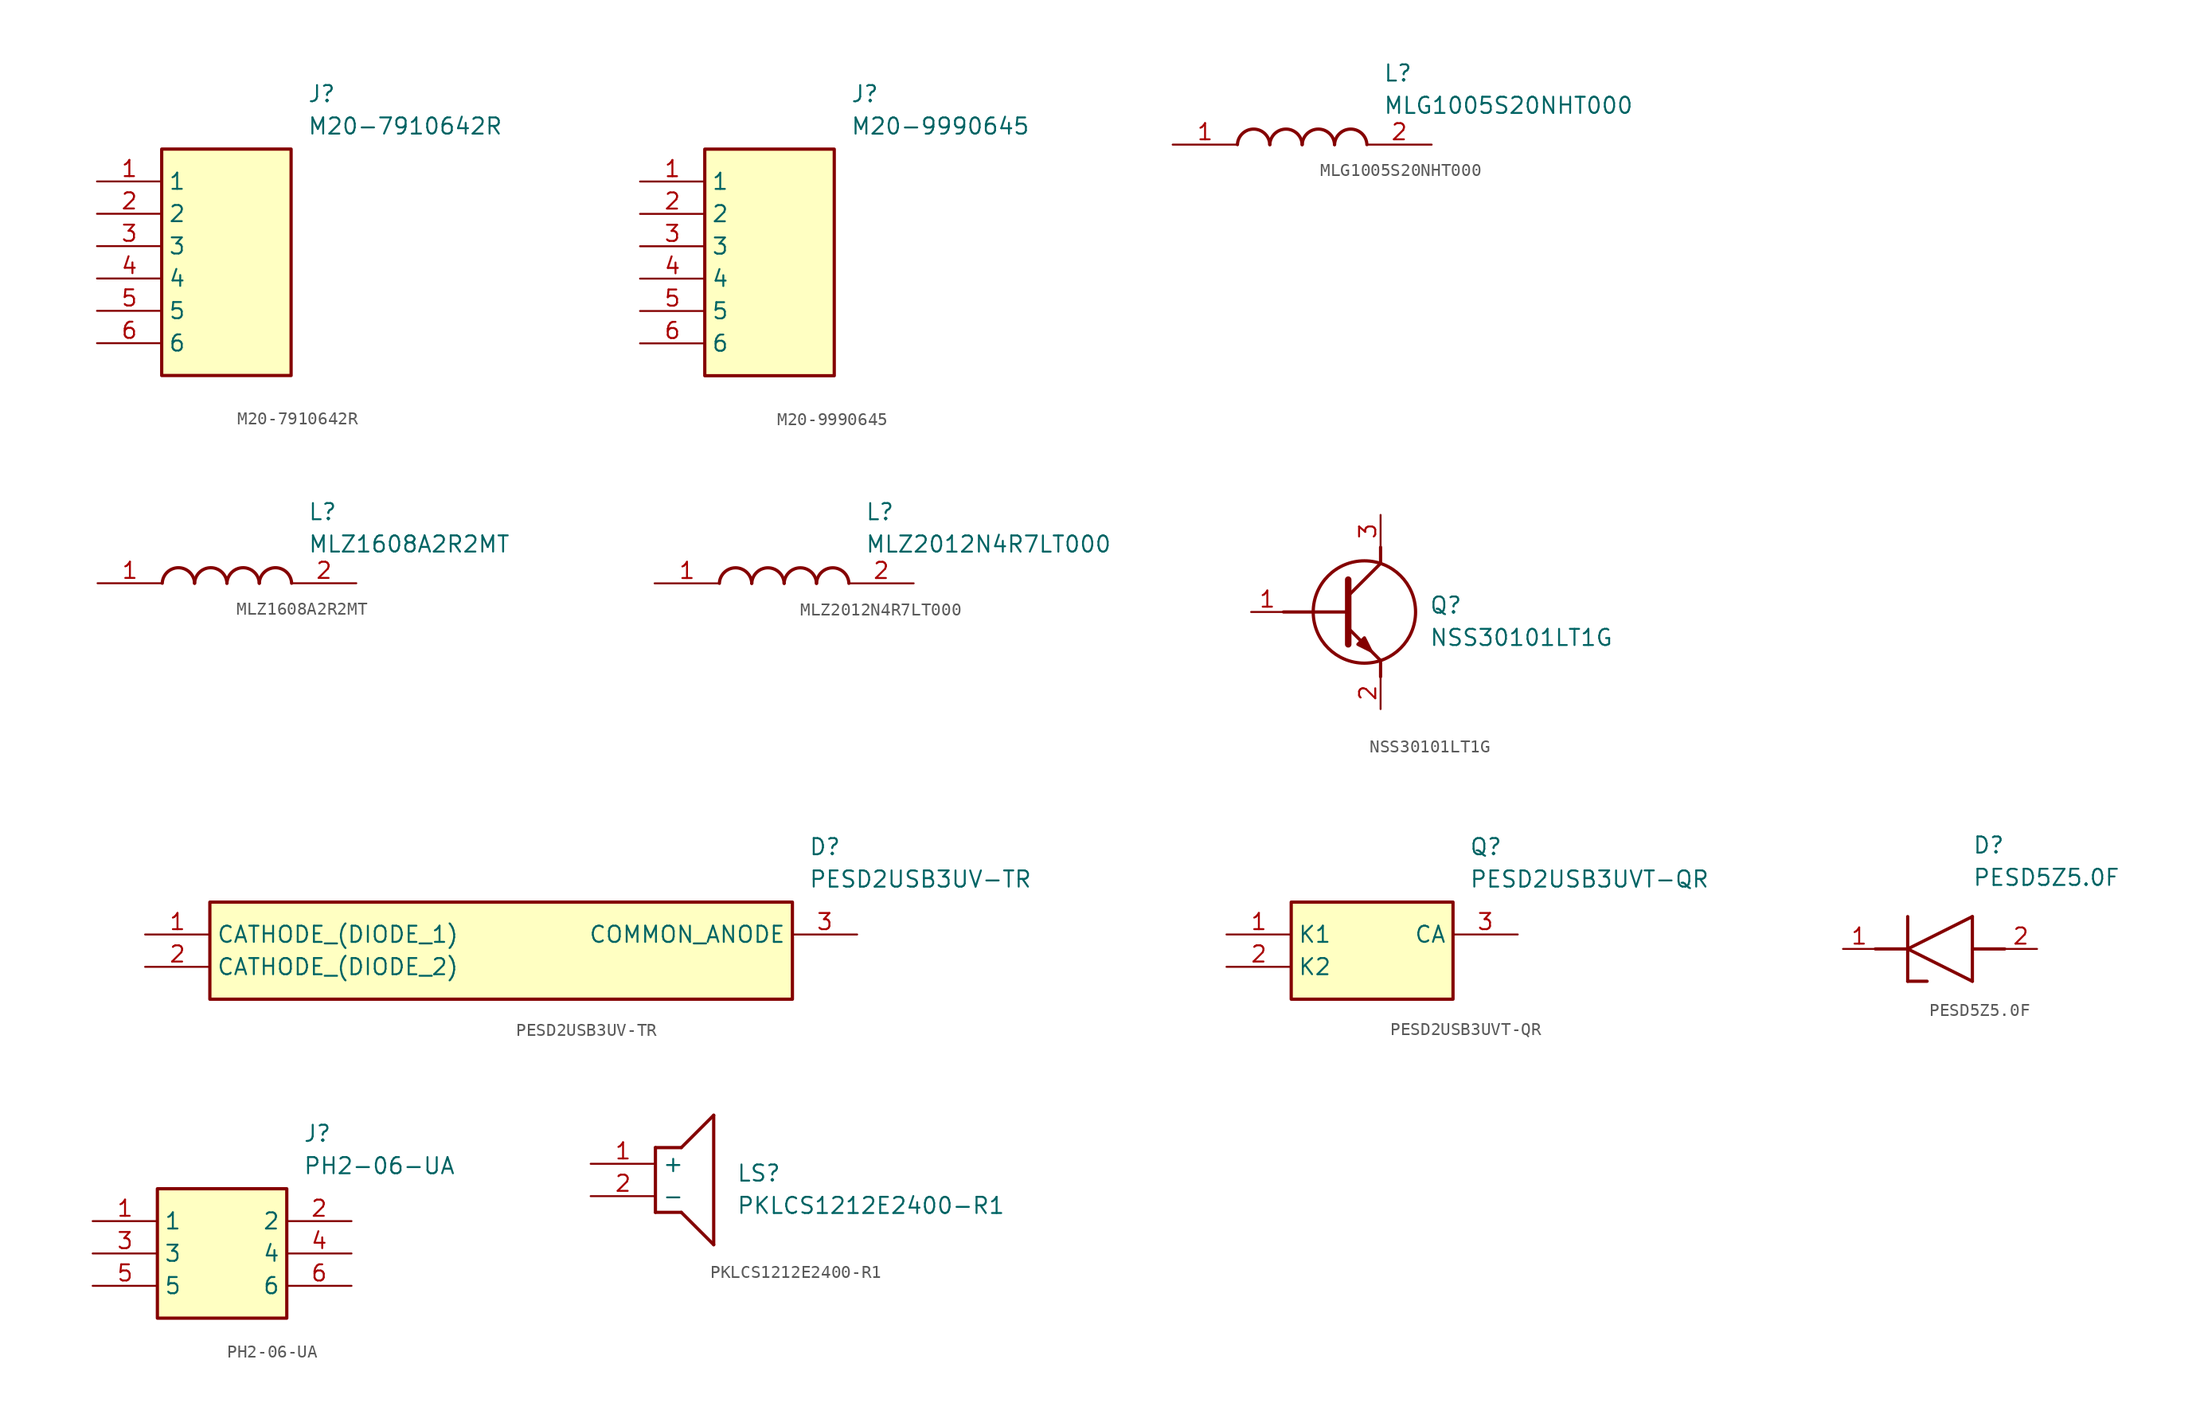
<source format=kicad_sym>
(kicad_symbol_lib
  (version 20231120)
  (generator "kicad_symbol_editor")
  (generator_version "8.0")
  (symbol "M20-7910642R"
    (property "Reference" "J"
      (at 16.51 7.62 0)
      (effects (font (size 1.27 1.27)) (justify left top)))
    (property "Value" "M20-7910642R"
      (at 16.51 5.08 0)
      (effects (font (size 1.27 1.27)) (justify left top)))
    (symbol "M20-7910642R_1_1"
      (rectangle (start 5.08 2.54) (end 15.24 -15.24) (stroke (width 0.254) (type default)) (fill (type background)))
      (pin passive line (at 0 0 0) (length 5.08) (name "1" (effects (font (size 1.27 1.27)))) (number "1" (effects (font (size 1.27 1.27)))))
      (pin passive line (at 0 -2.54 0) (length 5.08) (name "2" (effects (font (size 1.27 1.27)))) (number "2" (effects (font (size 1.27 1.27)))))
      (pin passive line (at 0 -5.08 0) (length 5.08) (name "3" (effects (font (size 1.27 1.27)))) (number "3" (effects (font (size 1.27 1.27)))))
      (pin passive line (at 0 -7.62 0) (length 5.08) (name "4" (effects (font (size 1.27 1.27)))) (number "4" (effects (font (size 1.27 1.27)))))
      (pin passive line (at 0 -10.16 0) (length 5.08) (name "5" (effects (font (size 1.27 1.27)))) (number "5" (effects (font (size 1.27 1.27)))))
      (pin passive line (at 0 -12.7 0) (length 5.08) (name "6" (effects (font (size 1.27 1.27)))) (number "6" (effects (font (size 1.27 1.27)))))))
  (symbol "M20-9990645"
    (property "Reference" "J"
      (at 16.51 7.62 0)
      (effects (font (size 1.27 1.27)) (justify left top)))
    (property "Value" "M20-9990645"
      (at 16.51 5.08 0)
      (effects (font (size 1.27 1.27)) (justify left top)))
    (symbol "M20-9990645_1_1"
      (rectangle (start 5.08 2.54) (end 15.24 -15.24) (stroke (width 0.254) (type default)) (fill (type background)))
      (pin passive line (at 0 0 0) (length 5.08) (name "1" (effects (font (size 1.27 1.27)))) (number "1" (effects (font (size 1.27 1.27)))))
      (pin passive line (at 0 -2.54 0) (length 5.08) (name "2" (effects (font (size 1.27 1.27)))) (number "2" (effects (font (size 1.27 1.27)))))
      (pin passive line (at 0 -5.08 0) (length 5.08) (name "3" (effects (font (size 1.27 1.27)))) (number "3" (effects (font (size 1.27 1.27)))))
      (pin passive line (at 0 -7.62 0) (length 5.08) (name "4" (effects (font (size 1.27 1.27)))) (number "4" (effects (font (size 1.27 1.27)))))
      (pin passive line (at 0 -10.16 0) (length 5.08) (name "5" (effects (font (size 1.27 1.27)))) (number "5" (effects (font (size 1.27 1.27)))))
      (pin passive line (at 0 -12.7 0) (length 5.08) (name "6" (effects (font (size 1.27 1.27)))) (number "6" (effects (font (size 1.27 1.27)))))))
  (symbol "MLG1005S20NHT000"
    (pin_names hide)
    (property "Reference" "L"
      (at 16.51 6.35 0)
      (effects (font (size 1.27 1.27)) (justify left top)))
    (property "Value" "MLG1005S20NHT000"
      (at 16.51 3.81 0)
      (effects (font (size 1.27 1.27)) (justify left top)))
    (symbol "MLG1005S20NHT000_1_1"
      (arc (start 7.62 0) (mid 6.35 1.219) (end 5.08 0) (stroke (width 0.254) (type default)) (fill (type none)))
      (arc (start 10.16 0) (mid 8.89 1.219) (end 7.62 0) (stroke (width 0.254) (type default)) (fill (type none)))
      (arc (start 12.7 0) (mid 11.43 1.219) (end 10.16 0) (stroke (width 0.254) (type default)) (fill (type none)))
      (arc (start 15.24 0) (mid 13.97 1.219) (end 12.7 0) (stroke (width 0.254) (type default)) (fill (type none)))
      (pin passive line (at 0 0 0) (length 5.08) (name "1" (effects (font (size 1.27 1.27)))) (number "1" (effects (font (size 1.27 1.27)))))
      (pin passive line (at 20.32 0 180) (length 5.08) (name "2" (effects (font (size 1.27 1.27)))) (number "2" (effects (font (size 1.27 1.27)))))))
  (symbol "MLZ1608A2R2MT"
    (pin_names hide)
    (property "Reference" "L"
      (at 16.51 6.35 0)
      (effects (font (size 1.27 1.27)) (justify left top)))
    (property "Value" "MLZ1608A2R2MT"
      (at 16.51 3.81 0)
      (effects (font (size 1.27 1.27)) (justify left top)))
    (arc
      (start 7.62 0)
      (mid 6.35 1.219)
      (end 5.08 0)
      (stroke (width 0.254) (type default))
      (fill (type none)))
    (arc
      (start 10.16 0)
      (mid 8.89 1.219)
      (end 7.62 0)
      (stroke (width 0.254) (type default))
      (fill (type none)))
    (arc
      (start 12.7 0)
      (mid 11.43 1.219)
      (end 10.16 0)
      (stroke (width 0.254) (type default))
      (fill (type none)))
    (arc
      (start 15.24 0)
      (mid 13.97 1.219)
      (end 12.7 0)
      (stroke (width 0.254) (type default))
      (fill (type none)))
    (pin passive line
      (at 0 0 0)
      (length 5.08)
      (name "1" (effects (font (size 1.27 1.27))))
      (number "1" (effects (font (size 1.27 1.27)))))
    (pin passive line
      (at 20.32 0 180)
      (length 5.08)
      (name "2" (effects (font (size 1.27 1.27))))
      (number "2" (effects (font (size 1.27 1.27))))))
  (symbol "MLZ2012N4R7LT000"
    (pin_names hide)
    (property "Reference" "L"
      (at 16.51 6.35 0)
      (effects (font (size 1.27 1.27)) (justify left top)))
    (property "Value" "MLZ2012N4R7LT000"
      (at 16.51 3.81 0)
      (effects (font (size 1.27 1.27)) (justify left top)))
    (arc
      (start 7.62 0)
      (mid 6.35 1.219)
      (end 5.08 0)
      (stroke (width 0.254) (type default))
      (fill (type none)))
    (arc
      (start 10.16 0)
      (mid 8.89 1.219)
      (end 7.62 0)
      (stroke (width 0.254) (type default))
      (fill (type none)))
    (arc
      (start 12.7 0)
      (mid 11.43 1.219)
      (end 10.16 0)
      (stroke (width 0.254) (type default))
      (fill (type none)))
    (arc
      (start 15.24 0)
      (mid 13.97 1.219)
      (end 12.7 0)
      (stroke (width 0.254) (type default))
      (fill (type none)))
    (pin passive line
      (at 0 0 0)
      (length 5.08)
      (name "1" (effects (font (size 1.27 1.27))))
      (number "1" (effects (font (size 1.27 1.27)))))
    (pin passive line
      (at 20.32 0 180)
      (length 5.08)
      (name "2" (effects (font (size 1.27 1.27))))
      (number "2" (effects (font (size 1.27 1.27))))))
  (symbol "NSS30101LT1G"
    (pin_names hide)
    (property "Reference" "Q"
      (at 13.97 1.27 0)
      (effects (font (size 1.27 1.27)) (justify left top)))
    (property "Value" "NSS30101LT1G"
      (at 13.97 -1.27 0)
      (effects (font (size 1.27 1.27)) (justify left top)))
    (polyline
      (pts (xy 7.62 2.54) (xy 7.62 -2.54))
      (stroke (width 0.508) (type default))
      (fill (type none)))
    (polyline
      (pts (xy 7.62 1.27) (xy 10.16 3.81))
      (stroke (width 0.254) (type default))
      (fill (type none)))
    (polyline
      (pts (xy 7.62 -1.27) (xy 10.16 -3.81))
      (stroke (width 0.254) (type default))
      (fill (type none)))
    (polyline
      (pts (xy 10.16 -3.81) (xy 10.16 -5.08))
      (stroke (width 0.254) (type default))
      (fill (type none)))
    (polyline
      (pts (xy 10.16 3.81) (xy 10.16 5.08))
      (stroke (width 0.254) (type default))
      (fill (type none)))
    (polyline
      (pts (xy 2.54 0) (xy 7.62 0))
      (stroke (width 0.254) (type default))
      (fill (type none)))
    (circle
      (center 8.89 0)
      (radius 4.016)
      (stroke (width 0.254) (type default))
      (fill (type none)))
    (polyline
      (pts (xy 8.382 -2.54) (xy 8.89 -2.032) (xy 9.398 -3.048) (xy 8.382 -2.54))
      (stroke (width 0.254) (type default))
      (fill (type outline)))
    (pin passive line
      (at 0 0 0)
      (length 2.54)
      (name "B" (effects (font (size 1.27 1.27))))
      (number "1" (effects (font (size 1.27 1.27)))))
    (pin passive line
      (at 10.16 -7.62 90)
      (length 2.54)
      (name "E" (effects (font (size 1.27 1.27))))
      (number "2" (effects (font (size 1.27 1.27)))))
    (pin passive line
      (at 10.16 7.62 270)
      (length 2.54)
      (name "C" (effects (font (size 1.27 1.27))))
      (number "3" (effects (font (size 1.27 1.27))))))
  (symbol "PESD2USB3UV-TR"
    (property "Reference" "D"
      (at 52.07 7.62 0)
      (effects (font (size 1.27 1.27)) (justify left top)))
    (property "Value" "PESD2USB3UV-TR"
      (at 52.07 5.08 0)
      (effects (font (size 1.27 1.27)) (justify left top)))
    (symbol "PESD2USB3UV-TR_1_1"
      (rectangle (start 5.08 2.54) (end 50.8 -5.08) (stroke (width 0.254) (type default)) (fill (type background)))
      (pin passive line (at 0 0 0) (length 5.08) (name "CATHODE_(DIODE_1)" (effects (font (size 1.27 1.27)))) (number "1" (effects (font (size 1.27 1.27)))))
      (pin passive line (at 0 -2.54 0) (length 5.08) (name "CATHODE_(DIODE_2)" (effects (font (size 1.27 1.27)))) (number "2" (effects (font (size 1.27 1.27)))))
      (pin passive line (at 55.88 0 180) (length 5.08) (name "COMMON_ANODE" (effects (font (size 1.27 1.27)))) (number "3" (effects (font (size 1.27 1.27)))))))
  (symbol "PESD2USB3UVT-QR"
    (property "Reference" "Q"
      (at 19.05 7.62 0)
      (effects (font (size 1.27 1.27)) (justify left top)))
    (property "Value" "PESD2USB3UVT-QR"
      (at 19.05 5.08 0)
      (effects (font (size 1.27 1.27)) (justify left top)))
    (symbol "PESD2USB3UVT-QR_1_1"
      (rectangle (start 5.08 2.54) (end 17.78 -5.08) (stroke (width 0.254) (type default)) (fill (type background)))
      (pin passive line (at 0 0 0) (length 5.08) (name "K1" (effects (font (size 1.27 1.27)))) (number "1" (effects (font (size 1.27 1.27)))))
      (pin passive line (at 0 -2.54 0) (length 5.08) (name "K2" (effects (font (size 1.27 1.27)))) (number "2" (effects (font (size 1.27 1.27)))))
      (pin passive line (at 22.86 0 180) (length 5.08) (name "CA" (effects (font (size 1.27 1.27)))) (number "3" (effects (font (size 1.27 1.27)))))))
  (symbol "PESD5Z5.0F"
    (pin_names hide)
    (property "Reference" "D"
      (at 10.16 8.89 0)
      (effects (font (size 1.27 1.27)) (justify left top)))
    (property "Value" "PESD5Z5.0F"
      (at 10.16 6.35 0)
      (effects (font (size 1.27 1.27)) (justify left top)))
    (symbol "PESD5Z5.0F_1_1"
      (polyline (pts (xy 2.54 0) (xy 5.08 0)) (stroke (width 0.254) (type default)) (fill (type none)))
      (polyline (pts (xy 5.08 -2.54) (xy 6.604 -2.54)) (stroke (width 0.254) (type default)) (fill (type none)))
      (polyline (pts (xy 5.08 0) (xy 10.16 2.54)) (stroke (width 0.254) (type default)) (fill (type none)))
      (polyline (pts (xy 5.08 2.54) (xy 5.08 -2.54)) (stroke (width 0.254) (type default)) (fill (type none)))
      (polyline (pts (xy 10.16 -2.54) (xy 5.08 0)) (stroke (width 0.254) (type default)) (fill (type none)))
      (polyline (pts (xy 10.16 -2.54) (xy 10.16 2.54)) (stroke (width 0.254) (type default)) (fill (type none)))
      (polyline (pts (xy 12.7 0) (xy 10.16 0)) (stroke (width 0.254) (type default)) (fill (type none)))
      (pin passive line (at 0 0 0) (length 2.54) (name "K" (effects (font (size 1.27 1.27)))) (number "1" (effects (font (size 1.27 1.27)))))
      (pin passive line (at 15.24 0 180) (length 2.54) (name "A" (effects (font (size 1.27 1.27)))) (number "2" (effects (font (size 1.27 1.27)))))))
  (symbol "PH2-06-UA"
    (property "Reference" "J"
      (at 16.51 7.62 0)
      (effects (font (size 1.27 1.27)) (justify left top)))
    (property "Value" "PH2-06-UA"
      (at 16.51 5.08 0)
      (effects (font (size 1.27 1.27)) (justify left top)))
    (symbol "PH2-06-UA_1_1"
      (rectangle (start 5.08 2.54) (end 15.24 -7.62) (stroke (width 0.254) (type default)) (fill (type background)))
      (pin passive line (at 0 0 0) (length 5.08) (name "1" (effects (font (size 1.27 1.27)))) (number "1" (effects (font (size 1.27 1.27)))))
      (pin passive line (at 20.32 0 180) (length 5.08) (name "2" (effects (font (size 1.27 1.27)))) (number "2" (effects (font (size 1.27 1.27)))))
      (pin passive line (at 0 -2.54 0) (length 5.08) (name "3" (effects (font (size 1.27 1.27)))) (number "3" (effects (font (size 1.27 1.27)))))
      (pin passive line (at 20.32 -2.54 180) (length 5.08) (name "4" (effects (font (size 1.27 1.27)))) (number "4" (effects (font (size 1.27 1.27)))))
      (pin passive line (at 0 -5.08 0) (length 5.08) (name "5" (effects (font (size 1.27 1.27)))) (number "5" (effects (font (size 1.27 1.27)))))
      (pin passive line (at 20.32 -5.08 180) (length 5.08) (name "6" (effects (font (size 1.27 1.27)))) (number "6" (effects (font (size 1.27 1.27)))))))
  (symbol "PKLCS1212E2400-R1"
    (property "Reference" "LS"
      (at 11.43 0 0)
      (effects (font (size 1.27 1.27)) (justify left top)))
    (property "Value" "PKLCS1212E2400-R1"
      (at 11.43 -2.54 0)
      (effects (font (size 1.27 1.27)) (justify left top)))
    (polyline
      (pts (xy 5.08 1.27) (xy 7.112 1.27))
      (stroke (width 0.254) (type default))
      (fill (type none)))
    (polyline
      (pts (xy 9.652 3.81) (xy 7.112 1.27))
      (stroke (width 0.254) (type default))
      (fill (type none)))
    (polyline
      (pts (xy 9.652 3.81) (xy 9.652 -6.35))
      (stroke (width 0.254) (type default))
      (fill (type none)))
    (polyline
      (pts (xy 7.112 -3.81) (xy 9.652 -6.35))
      (stroke (width 0.254) (type default))
      (fill (type none)))
    (polyline
      (pts (xy 7.112 -3.81) (xy 5.08 -3.81))
      (stroke (width 0.254) (type default))
      (fill (type none)))
    (polyline
      (pts (xy 5.08 1.27) (xy 5.08 -3.81))
      (stroke (width 0.254) (type default))
      (fill (type none)))
    (pin passive line
      (at 0 0 0)
      (length 5.08)
      (name "+" (effects (font (size 1.27 1.27))))
      (number "1" (effects (font (size 1.27 1.27)))))
    (pin passive line
      (at 0 -2.54 0)
      (length 5.08)
      (name "-" (effects (font (size 1.27 1.27))))
      (number "2" (effects (font (size 1.27 1.27)))))))
</source>
